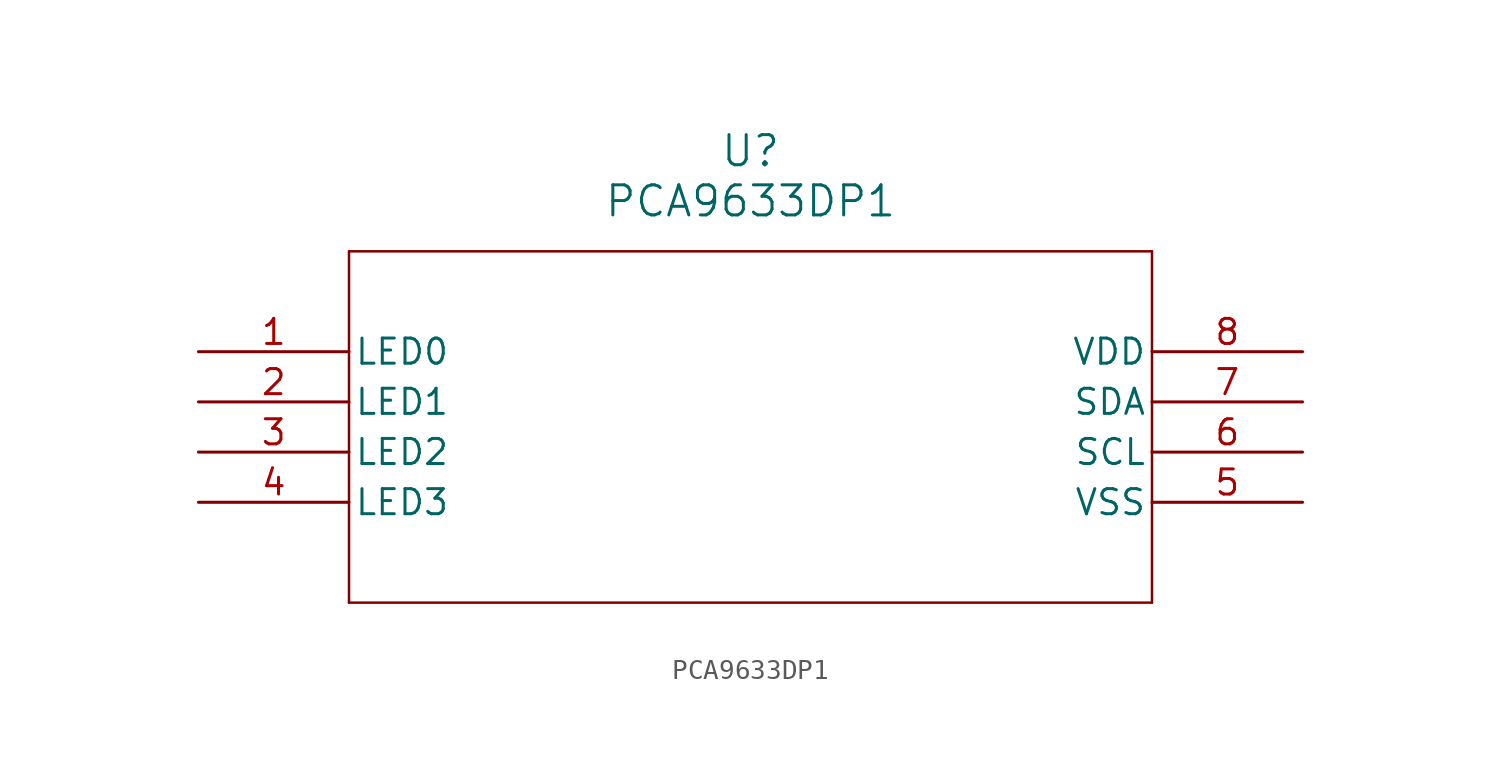
<source format=kicad_sym>
(kicad_symbol_lib
  (version 20211014)
  (generator kicad_symbol_editor)
  (symbol "PCA9633DP1"
    (pin_names
      (offset 0.254))
    (property "Reference" "U"
      (at 27.94 10.16 0)
      (effects (font (size 1.524 1.524))))
    (property "Value" "PCA9633DP1"
      (at 27.94 7.62 0)
      (effects (font (size 1.524 1.524))))
    (symbol "PCA9633DP1_0_1"
      (polyline (pts (xy 7.62 5.08) (xy 7.62 -12.7)) (stroke (width 0.127) (type default) (color 0 0 0 0)) (fill (type none)))
      (polyline (pts (xy 7.62 -12.7) (xy 48.26 -12.7)) (stroke (width 0.127) (type default) (color 0 0 0 0)) (fill (type none)))
      (polyline (pts (xy 48.26 -12.7) (xy 48.26 5.08)) (stroke (width 0.127) (type default) (color 0 0 0 0)) (fill (type none)))
      (polyline (pts (xy 48.26 5.08) (xy 7.62 5.08)) (stroke (width 0.127) (type default) (color 0 0 0 0)) (fill (type none)))
      (pin unspecified line (at 0 0 0) (length 7.62) (name "LED0" (effects (font (size 1.27 1.27)))) (number "1" (effects (font (size 1.27 1.27)))))
      (pin unspecified line (at 0 -2.54 0) (length 7.62) (name "LED1" (effects (font (size 1.27 1.27)))) (number "2" (effects (font (size 1.27 1.27)))))
      (pin unspecified line (at 0 -5.08 0) (length 7.62) (name "LED2" (effects (font (size 1.27 1.27)))) (number "3" (effects (font (size 1.27 1.27)))))
      (pin unspecified line (at 0 -7.62 0) (length 7.62) (name "LED3" (effects (font (size 1.27 1.27)))) (number "4" (effects (font (size 1.27 1.27)))))
      (pin unspecified line (at 55.88 -7.62 180) (length 7.62) (name "VSS" (effects (font (size 1.27 1.27)))) (number "5" (effects (font (size 1.27 1.27)))))
      (pin unspecified line (at 55.88 -5.08 180) (length 7.62) (name "SCL" (effects (font (size 1.27 1.27)))) (number "6" (effects (font (size 1.27 1.27)))))
      (pin unspecified line (at 55.88 -2.54 180) (length 7.62) (name "SDA" (effects (font (size 1.27 1.27)))) (number "7" (effects (font (size 1.27 1.27)))))
      (pin unspecified line (at 55.88 0 180) (length 7.62) (name "VDD" (effects (font (size 1.27 1.27)))) (number "8" (effects (font (size 1.27 1.27))))))))
</source>
